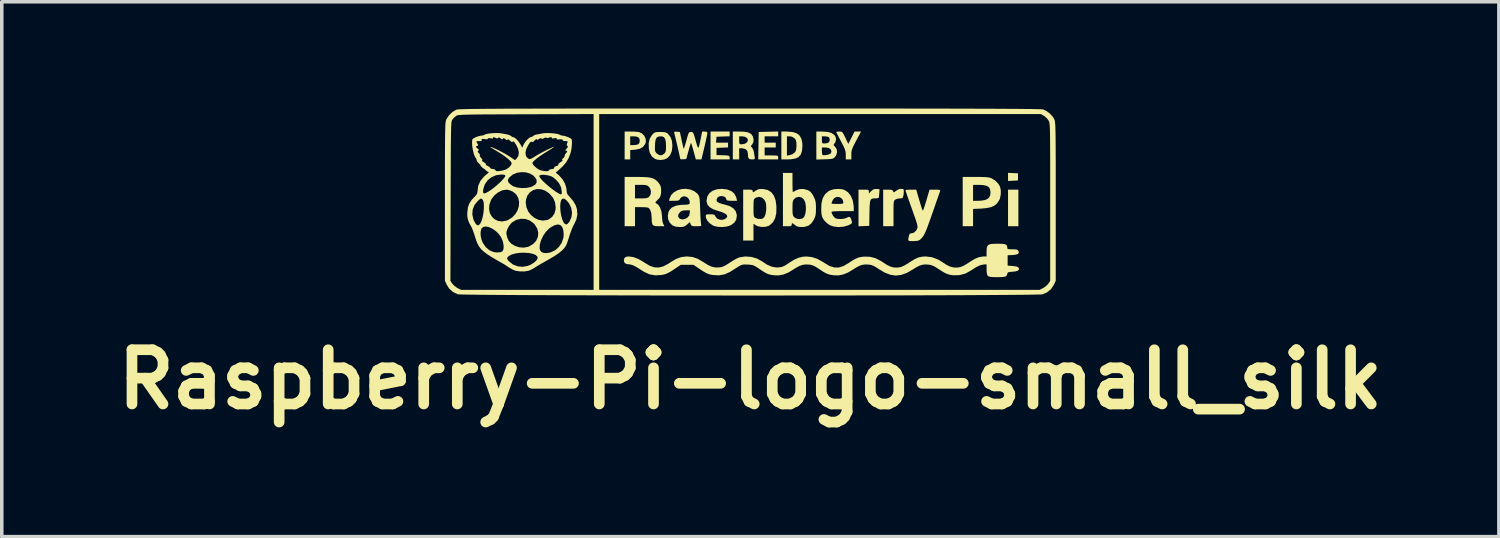
<source format=kicad_pcb>
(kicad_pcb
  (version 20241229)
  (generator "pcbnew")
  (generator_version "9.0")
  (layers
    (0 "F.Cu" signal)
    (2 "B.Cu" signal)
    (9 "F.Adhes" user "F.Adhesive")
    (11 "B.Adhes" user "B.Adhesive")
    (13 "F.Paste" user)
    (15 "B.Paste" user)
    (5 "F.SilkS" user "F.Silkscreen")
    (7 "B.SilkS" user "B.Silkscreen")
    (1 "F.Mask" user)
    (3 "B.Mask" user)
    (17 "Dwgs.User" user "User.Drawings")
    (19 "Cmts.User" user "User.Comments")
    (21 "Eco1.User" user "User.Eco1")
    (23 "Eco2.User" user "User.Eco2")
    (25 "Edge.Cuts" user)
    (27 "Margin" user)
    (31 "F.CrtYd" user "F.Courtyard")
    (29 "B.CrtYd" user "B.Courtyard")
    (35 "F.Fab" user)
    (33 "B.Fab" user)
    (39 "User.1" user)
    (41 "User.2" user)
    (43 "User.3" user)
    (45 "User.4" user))
  (footprint "Raspberry-Pi-logo-small_silk"
    (layer "F.Cu")
    (at 18.041 2.616)
    (property "Reference" "Raspberry-Pi-logo-small_silk" (at 0 5 0) (layer "F.SilkS") (effects (font (size 1.524 1.524) (thickness 0.3))))
    (attr board_only exclude_from_pos_files exclude_from_bom)
    (fp_poly (pts (xy 7.535 0.693) (xy 7.244 0.693) (xy 7.244 -0.335) (xy 7.535 -0.335)) (stroke (width 0) (type solid)) (fill yes) (layer "F.SilkS"))
    (fp_poly (pts (xy 7.524 -0.794) (xy 7.524 -0.593) (xy 7.384 -0.586) (xy 7.244 -0.579) (xy 7.244 -0.807)) (stroke (width 0) (type solid)) (fill yes) (layer "F.SilkS"))
    (fp_poly (pts (xy 0.783 -1.833) (xy 0.402 -1.833) (xy 0.402 -1.655) (xy 0.715 -1.655) (xy 0.715 -1.52) (xy 0.402 -1.52) (xy 0.402 -1.297) (xy 0.593 -1.297) (xy 0.685 -1.296) (xy 0.741 -1.293) (xy 0.77 -1.284) (xy 0.781 -1.268) (xy 0.783 -1.241) (xy 0.783 -1.185) (xy 0.223 -1.185) (xy 0.229 -1.571) (xy 0.235 -1.956) (xy 0.509 -1.963) (xy 0.783 -1.969)) (stroke (width 0) (type solid)) (fill yes) (layer "F.SilkS"))
    (fp_poly (pts (xy -0.581 -1.835) (xy -0.766 -1.829) (xy -0.95 -1.822) (xy -0.957 -1.738) (xy -0.964 -1.655) (xy -0.626 -1.655) (xy -0.626 -1.522) (xy -0.788 -1.516) (xy -0.95 -1.509) (xy -0.95 -1.308) (xy -0.766 -1.302) (xy -0.675 -1.298) (xy -0.621 -1.292) (xy -0.593 -1.282) (xy -0.583 -1.263) (xy -0.581 -1.24) (xy -0.581 -1.185) (xy -1.118 -1.185) (xy -1.118 -1.968) (xy -0.581 -1.968)) (stroke (width 0) (type solid)) (fill yes) (layer "F.SilkS"))
    (fp_poly (pts (xy 3.549 -0.354) (xy 3.632 -0.347) (xy 3.625 -0.235) (xy 3.619 -0.167) (xy 3.612 -0.119) (xy 3.608 -0.106) (xy 3.581 -0.095) (xy 3.527 -0.09) (xy 3.513 -0.089) (xy 3.458 -0.088) (xy 3.417 -0.079) (xy 3.388 -0.056) (xy 3.37 -0.014) (xy 3.359 0.054) (xy 3.353 0.153) (xy 3.349 0.289) (xy 3.349 0.324) (xy 3.343 0.682) (xy 3.192 0.689) (xy 3.041 0.695) (xy 3.041 -0.335) (xy 3.186 -0.335) (xy 3.264 -0.334) (xy 3.308 -0.329) (xy 3.327 -0.315) (xy 3.331 -0.289) (xy 3.332 -0.281) (xy 3.332 -0.227) (xy 3.398 -0.294) (xy 3.453 -0.339) (xy 3.506 -0.354)) (stroke (width 0) (type solid)) (fill yes) (layer "F.SilkS"))
    (fp_poly (pts (xy 4.291 -0.354) (xy 4.312 -0.334) (xy 4.315 -0.293) (xy 4.311 -0.222) (xy 4.301 -0.159) (xy 4.287 -0.113) (xy 4.259 -0.093) (xy 4.206 -0.089) (xy 4.136 -0.08) (xy 4.077 -0.057) (xy 4.074 -0.055) (xy 4.056 -0.04) (xy 4.042 -0.02) (xy 4.034 0.011) (xy 4.028 0.061) (xy 4.026 0.138) (xy 4.025 0.247) (xy 4.025 0.337) (xy 4.025 0.693) (xy 3.734 0.693) (xy 3.734 -0.335) (xy 3.867 -0.335) (xy 3.943 -0.333) (xy 3.986 -0.324) (xy 4.007 -0.305) (xy 4.014 -0.29) (xy 4.025 -0.263) (xy 4.042 -0.261) (xy 4.077 -0.286) (xy 4.095 -0.301) (xy 4.18 -0.349) (xy 4.239 -0.358)) (stroke (width 0) (type solid)) (fill yes) (layer "F.SilkS"))
    (fp_poly (pts (xy -3.275 -1.966) (xy -3.191 -1.961) (xy -3.134 -1.954) (xy -3.133 -1.954) (xy -3.048 -1.917) (xy -2.982 -1.851) (xy -2.943 -1.768) (xy -2.937 -1.679) (xy -2.955 -1.619) (xy -3.016 -1.537) (xy -3.105 -1.485) (xy -3.227 -1.459) (xy -3.242 -1.458) (xy -3.376 -1.448) (xy -3.376 -1.185) (xy -3.533 -1.185) (xy -3.533 -1.587) (xy -3.376 -1.587) (xy -3.285 -1.587) (xy -3.216 -1.593) (xy -3.159 -1.607) (xy -3.151 -1.611) (xy -3.117 -1.65) (xy -3.108 -1.71) (xy -3.12 -1.775) (xy -3.159 -1.814) (xy -3.232 -1.831) (xy -3.285 -1.833) (xy -3.376 -1.833) (xy -3.376 -1.587) (xy -3.533 -1.587) (xy -3.533 -1.968) (xy -3.368 -1.968)) (stroke (width 0) (type solid)) (fill yes) (layer "F.SilkS"))
    (fp_poly (pts (xy 1.182 -1.956) (xy 1.299 -1.921) (xy 1.382 -1.859) (xy 1.435 -1.768) (xy 1.461 -1.645) (xy 1.464 -1.563) (xy 1.453 -1.426) (xy 1.418 -1.324) (xy 1.357 -1.252) (xy 1.264 -1.208) (xy 1.136 -1.188) (xy 1.056 -1.185) (xy 0.872 -1.185) (xy 0.872 -1.292) (xy 1.029 -1.292) (xy 1.112 -1.307) (xy 1.186 -1.333) (xy 1.246 -1.377) (xy 1.247 -1.377) (xy 1.276 -1.419) (xy 1.291 -1.469) (xy 1.297 -1.545) (xy 1.297 -1.579) (xy 1.294 -1.663) (xy 1.284 -1.717) (xy 1.262 -1.757) (xy 1.242 -1.779) (xy 1.168 -1.825) (xy 1.108 -1.833) (xy 1.029 -1.833) (xy 1.029 -1.292) (xy 0.872 -1.292) (xy 0.872 -1.968) (xy 1.028 -1.968)) (stroke (width 0) (type solid)) (fill yes) (layer "F.SilkS"))
    (fp_poly (pts (xy 2.976 -1.712) (xy 2.919 -1.603) (xy 2.88 -1.523) (xy 2.857 -1.461) (xy 2.844 -1.408) (xy 2.84 -1.352) (xy 2.84 -1.321) (xy 2.84 -1.185) (xy 2.683 -1.185) (xy 2.683 -1.312) (xy 2.681 -1.37) (xy 2.671 -1.424) (xy 2.652 -1.483) (xy 2.618 -1.558) (xy 2.566 -1.66) (xy 2.549 -1.692) (xy 2.499 -1.788) (xy 2.457 -1.869) (xy 2.428 -1.927) (xy 2.415 -1.955) (xy 2.415 -1.956) (xy 2.435 -1.963) (xy 2.484 -1.967) (xy 2.502 -1.968) (xy 2.544 -1.966) (xy 2.575 -1.956) (xy 2.6 -1.931) (xy 2.629 -1.881) (xy 2.669 -1.799) (xy 2.671 -1.794) (xy 2.754 -1.621) (xy 2.842 -1.794) (xy 2.93 -1.968) (xy 3.112 -1.968)) (stroke (width 0) (type solid)) (fill yes) (layer "F.SilkS"))
    (fp_poly (pts (xy 6.333 -0.693) (xy 6.476 -0.692) (xy 6.582 -0.689) (xy 6.659 -0.683) (xy 6.717 -0.674) (xy 6.761 -0.661) (xy 6.786 -0.651) (xy 6.889 -0.586) (xy 6.973 -0.5) (xy 7.019 -0.418) (xy 7.04 -0.319) (xy 7.04 -0.204) (xy 7.019 -0.096) (xy 7.001 -0.049) (xy 6.943 0.042) (xy 6.87 0.108) (xy 6.775 0.154) (xy 6.652 0.182) (xy 6.492 0.197) (xy 6.49 0.197) (xy 6.261 0.207) (xy 6.261 0.693) (xy 5.97 0.693) (xy 5.97 -0.022) (xy 6.261 -0.022) (xy 6.407 -0.022) (xy 6.497 -0.027) (xy 6.581 -0.04) (xy 6.628 -0.054) (xy 6.701 -0.099) (xy 6.74 -0.165) (xy 6.752 -0.26) (xy 6.752 -0.261) (xy 6.74 -0.347) (xy 6.703 -0.407) (xy 6.635 -0.446) (xy 6.534 -0.465) (xy 6.43 -0.47) (xy 6.261 -0.47) (xy 6.261 -0.022) (xy 5.97 -0.022) (xy 5.97 -0.693)) (stroke (width 0) (type solid)) (fill yes) (layer "F.SilkS"))
    (fp_poly (pts (xy -0.199 -1.965) (xy -0.105 -1.954) (xy -0.037 -1.934) (xy 0.016 -1.902) (xy 0.033 -1.888) (xy 0.074 -1.825) (xy 0.092 -1.745) (xy 0.084 -1.666) (xy 0.051 -1.604) (xy 0.047 -1.6) (xy 0.017 -1.57) (xy 0.021 -1.546) (xy 0.045 -1.52) (xy 0.077 -1.47) (xy 0.099 -1.402) (xy 0.1 -1.393) (xy 0.112 -1.318) (xy 0.123 -1.251) (xy 0.123 -1.247) (xy 0.126 -1.207) (xy 0.11 -1.189) (xy 0.063 -1.185) (xy 0.047 -1.185) (xy -0.013 -1.191) (xy -0.048 -1.215) (xy -0.064 -1.266) (xy -0.067 -1.342) (xy -0.084 -1.423) (xy -0.135 -1.475) (xy -0.218 -1.497) (xy -0.24 -1.498) (xy -0.313 -1.498) (xy -0.313 -1.185) (xy -0.492 -1.185) (xy -0.492 -1.722) (xy -0.313 -1.722) (xy -0.312 -1.655) (xy -0.303 -1.623) (xy -0.279 -1.611) (xy -0.24 -1.61) (xy -0.172 -1.621) (xy -0.117 -1.645) (xy -0.074 -1.694) (xy -0.069 -1.745) (xy -0.098 -1.791) (xy -0.156 -1.823) (xy -0.225 -1.833) (xy -0.313 -1.833) (xy -0.313 -1.722) (xy -0.492 -1.722) (xy -0.492 -1.968) (xy -0.327 -1.968)) (stroke (width 0) (type solid)) (fill yes) (layer "F.SilkS"))
    (fp_poly (pts (xy -2.443 -1.954) (xy -2.386 -1.945) (xy -2.344 -1.926) (xy -2.313 -1.901) (xy -2.245 -1.816) (xy -2.205 -1.711) (xy -2.191 -1.576) (xy -2.191 -1.56) (xy -2.207 -1.417) (xy -2.255 -1.304) (xy -2.332 -1.222) (xy -2.412 -1.185) (xy -2.513 -1.169) (xy -2.614 -1.177) (xy -2.68 -1.2) (xy -2.768 -1.268) (xy -2.826 -1.371) (xy -2.851 -1.476) (xy -2.852 -1.5) (xy -2.683 -1.5) (xy -2.68 -1.441) (xy -2.669 -1.403) (xy -2.648 -1.372) (xy -2.631 -1.354) (xy -2.561 -1.306) (xy -2.491 -1.303) (xy -2.422 -1.345) (xy -2.422 -1.345) (xy -2.395 -1.376) (xy -2.379 -1.414) (xy -2.372 -1.471) (xy -2.37 -1.56) (xy -2.37 -1.564) (xy -2.376 -1.683) (xy -2.395 -1.763) (xy -2.429 -1.811) (xy -2.483 -1.832) (xy -2.512 -1.833) (xy -2.583 -1.827) (xy -2.63 -1.801) (xy -2.659 -1.751) (xy -2.674 -1.668) (xy -2.68 -1.591) (xy -2.683 -1.5) (xy -2.852 -1.5) (xy -2.857 -1.634) (xy -2.828 -1.767) (xy -2.764 -1.872) (xy -2.76 -1.876) (xy -2.719 -1.918) (xy -2.683 -1.942) (xy -2.637 -1.953) (xy -2.566 -1.956) (xy -2.53 -1.956)) (stroke (width 0) (type solid)) (fill yes) (layer "F.SilkS"))
    (fp_poly (pts (xy 2.029 -1.968) (xy 2.176 -1.957) (xy 2.286 -1.926) (xy 2.362 -1.871) (xy 2.39 -1.832) (xy 2.41 -1.754) (xy 2.393 -1.674) (xy 2.36 -1.625) (xy 2.342 -1.599) (xy 2.353 -1.572) (xy 2.382 -1.542) (xy 2.428 -1.471) (xy 2.438 -1.386) (xy 2.412 -1.301) (xy 2.383 -1.259) (xy 2.357 -1.231) (xy 2.329 -1.212) (xy 2.29 -1.201) (xy 2.229 -1.194) (xy 2.138 -1.19) (xy 2.093 -1.189) (xy 1.856 -1.181) (xy 1.856 -1.424) (xy 2.012 -1.424) (xy 2.016 -1.36) (xy 2.025 -1.317) (xy 2.029 -1.31) (xy 2.062 -1.302) (xy 2.119 -1.305) (xy 2.183 -1.318) (xy 2.236 -1.336) (xy 2.252 -1.345) (xy 2.277 -1.387) (xy 2.281 -1.41) (xy 2.261 -1.468) (xy 2.205 -1.506) (xy 2.116 -1.52) (xy 2.111 -1.52) (xy 2.012 -1.52) (xy 2.012 -1.424) (xy 1.856 -1.424) (xy 1.856 -1.733) (xy 2.012 -1.733) (xy 2.014 -1.671) (xy 2.025 -1.642) (xy 2.054 -1.633) (xy 2.081 -1.632) (xy 2.146 -1.64) (xy 2.193 -1.655) (xy 2.227 -1.696) (xy 2.234 -1.752) (xy 2.212 -1.804) (xy 2.209 -1.807) (xy 2.17 -1.824) (xy 2.109 -1.833) (xy 2.097 -1.833) (xy 2.012 -1.833) (xy 2.012 -1.733) (xy 1.856 -1.733) (xy 1.856 -1.968)) (stroke (width 0) (type solid)) (fill yes) (layer "F.SilkS"))
    (fp_poly (pts (xy 0.359 -0.353) (xy 0.487 -0.326) (xy 0.588 -0.264) (xy 0.662 -0.168) (xy 0.711 -0.035) (xy 0.734 0.134) (xy 0.734 0.146) (xy 0.73 0.324) (xy 0.698 0.467) (xy 0.638 0.579) (xy 0.55 0.661) (xy 0.513 0.683) (xy 0.422 0.71) (xy 0.315 0.713) (xy 0.213 0.694) (xy 0.162 0.671) (xy 0.089 0.627) (xy 0.089 1.096) (xy -0.201 1.096) (xy -0.201 0.178) (xy 0.089 0.178) (xy 0.09 0.286) (xy 0.093 0.359) (xy 0.1 0.405) (xy 0.113 0.433) (xy 0.132 0.452) (xy 0.139 0.457) (xy 0.214 0.487) (xy 0.301 0.489) (xy 0.346 0.478) (xy 0.394 0.436) (xy 0.428 0.356) (xy 0.445 0.243) (xy 0.447 0.183) (xy 0.444 0.088) (xy 0.431 0.022) (xy 0.405 -0.034) (xy 0.396 -0.047) (xy 0.331 -0.109) (xy 0.252 -0.133) (xy 0.169 -0.116) (xy 0.144 -0.102) (xy 0.12 -0.084) (xy 0.104 -0.061) (xy 0.095 -0.025) (xy 0.091 0.034) (xy 0.09 0.124) (xy 0.089 0.178) (xy -0.201 0.178) (xy -0.201 -0.335) (xy -0.067 -0.335) (xy 0.008 -0.334) (xy 0.048 -0.326) (xy 0.065 -0.31) (xy 0.067 -0.291) (xy 0.07 -0.266) (xy 0.085 -0.264) (xy 0.122 -0.285) (xy 0.151 -0.305) (xy 0.21 -0.339) (xy 0.267 -0.354) (xy 0.343 -0.354)) (stroke (width 0) (type solid)) (fill yes) (layer "F.SilkS"))
    (fp_poly (pts (xy -3.181 -0.693) (xy -3.017 -0.69) (xy -2.891 -0.683) (xy -2.795 -0.669) (xy -2.721 -0.645) (xy -2.662 -0.611) (xy -2.61 -0.564) (xy -2.587 -0.538) (xy -2.536 -0.465) (xy -2.51 -0.389) (xy -2.506 -0.295) (xy -2.51 -0.241) (xy -2.523 -0.163) (xy -2.55 -0.107) (xy -2.603 -0.051) (xy -2.606 -0.048) (xy -2.656 0.004) (xy -2.669 0.033) (xy -2.661 0.041) (xy -2.59 0.087) (xy -2.535 0.17) (xy -2.498 0.283) (xy -2.482 0.419) (xy -2.482 0.443) (xy -2.475 0.525) (xy -2.459 0.6) (xy -2.448 0.627) (xy -2.414 0.693) (xy -2.57 0.693) (xy -2.66 0.69) (xy -2.719 0.675) (xy -2.753 0.641) (xy -2.768 0.58) (xy -2.772 0.483) (xy -2.773 0.459) (xy -2.782 0.336) (xy -2.809 0.243) (xy -2.851 0.184) (xy -2.874 0.17) (xy -2.913 0.164) (xy -2.983 0.159) (xy -3.068 0.157) (xy -3.076 0.157) (xy -3.242 0.157) (xy -3.242 0.693) (xy -3.533 0.693) (xy -3.533 -0.089) (xy -3.242 -0.089) (xy -3.067 -0.089) (xy -2.973 -0.091) (xy -2.911 -0.099) (xy -2.87 -0.115) (xy -2.844 -0.135) (xy -2.803 -0.201) (xy -2.793 -0.282) (xy -2.814 -0.363) (xy -2.85 -0.415) (xy -2.884 -0.443) (xy -2.922 -0.46) (xy -2.978 -0.468) (xy -3.065 -0.47) (xy -3.073 -0.47) (xy -3.242 -0.47) (xy -3.242 -0.089) (xy -3.533 -0.089) (xy -3.533 -0.693)) (stroke (width 0) (type solid)) (fill yes) (layer "F.SilkS"))
    (fp_poly (pts (xy -1.228 -1.961) (xy -1.208 -1.938) (xy -1.207 -1.928) (xy -1.212 -1.894) (xy -1.226 -1.825) (xy -1.246 -1.728) (xy -1.272 -1.614) (xy -1.29 -1.537) (xy -1.373 -1.185) (xy -1.452 -1.185) (xy -1.532 -1.185) (xy -1.596 -1.421) (xy -1.622 -1.515) (xy -1.645 -1.589) (xy -1.662 -1.636) (xy -1.67 -1.647) (xy -1.68 -1.622) (xy -1.698 -1.564) (xy -1.722 -1.482) (xy -1.74 -1.417) (xy -1.801 -1.196) (xy -1.884 -1.189) (xy -1.938 -1.188) (xy -1.966 -1.192) (xy -1.968 -1.194) (xy -1.972 -1.22) (xy -1.986 -1.279) (xy -2.005 -1.365) (xy -2.028 -1.467) (xy -2.054 -1.577) (xy -2.079 -1.686) (xy -2.103 -1.785) (xy -2.122 -1.865) (xy -2.135 -1.917) (xy -2.138 -1.93) (xy -2.14 -1.956) (xy -2.118 -1.965) (xy -2.065 -1.963) (xy -1.979 -1.956) (xy -1.931 -1.726) (xy -1.91 -1.63) (xy -1.892 -1.552) (xy -1.879 -1.5) (xy -1.873 -1.485) (xy -1.863 -1.501) (xy -1.845 -1.552) (xy -1.822 -1.63) (xy -1.797 -1.716) (xy -1.769 -1.82) (xy -1.747 -1.889) (xy -1.729 -1.93) (xy -1.71 -1.949) (xy -1.687 -1.956) (xy -1.668 -1.956) (xy -1.64 -1.955) (xy -1.619 -1.944) (xy -1.601 -1.918) (xy -1.581 -1.869) (xy -1.557 -1.788) (xy -1.536 -1.712) (xy -1.507 -1.608) (xy -1.484 -1.541) (xy -1.467 -1.514) (xy -1.451 -1.527) (xy -1.434 -1.582) (xy -1.412 -1.678) (xy -1.396 -1.761) (xy -1.354 -1.968) (xy -1.281 -1.968)) (stroke (width 0) (type solid)) (fill yes) (layer "F.SilkS"))
    (fp_poly (pts (xy 4.751 -0.034) (xy 4.783 0.073) (xy 4.811 0.162) (xy 4.834 0.226) (xy 4.849 0.256) (xy 4.852 0.257) (xy 4.863 0.234) (xy 4.884 0.175) (xy 4.912 0.09) (xy 4.943 -0.014) (xy 4.952 -0.044) (xy 5.038 -0.335) (xy 5.193 -0.335) (xy 5.279 -0.333) (xy 5.326 -0.325) (xy 5.34 -0.311) (xy 5.339 -0.307) (xy 5.329 -0.28) (xy 5.307 -0.216) (xy 5.274 -0.12) (xy 5.231 0.000189) (xy 5.183 0.14) (xy 5.129 0.295) (xy 5.12 0.32) (xy 5.056 0.503) (xy 5.003 0.648) (xy 4.961 0.761) (xy 4.925 0.848) (xy 4.895 0.912) (xy 4.868 0.961) (xy 4.841 0.998) (xy 4.83 1.012) (xy 4.78 1.064) (xy 4.737 1.092) (xy 4.682 1.105) (xy 4.616 1.11) (xy 4.54 1.112) (xy 4.481 1.109) (xy 4.457 1.105) (xy 4.439 1.076) (xy 4.439 1.055) (xy 4.457 0.972) (xy 4.471 0.924) (xy 4.487 0.901) (xy 4.509 0.895) (xy 4.518 0.894) (xy 4.6 0.874) (xy 4.663 0.814) (xy 4.686 0.771) (xy 4.695 0.745) (xy 4.7 0.719) (xy 4.698 0.686) (xy 4.689 0.64) (xy 4.671 0.576) (xy 4.642 0.488) (xy 4.6 0.37) (xy 4.546 0.216) (xy 4.539 0.197) (xy 4.488 0.056) (xy 4.444 -0.071) (xy 4.406 -0.178) (xy 4.379 -0.259) (xy 4.363 -0.307) (xy 4.36 -0.319) (xy 4.38 -0.327) (xy 4.434 -0.333) (xy 4.51 -0.335) (xy 4.512 -0.335) (xy 4.664 -0.335)) (stroke (width 0) (type solid)) (fill yes) (layer "F.SilkS"))
    (fp_poly (pts (xy -0.657 -0.342) (xy -0.538 -0.297) (xy -0.45 -0.224) (xy -0.397 -0.125) (xy -0.388 -0.089) (xy -0.375 -0.022) (xy -0.523 -0.022) (xy -0.606 -0.025) (xy -0.653 -0.033) (xy -0.67 -0.049) (xy -0.671 -0.054) (xy -0.69 -0.106) (xy -0.737 -0.141) (xy -0.8 -0.156) (xy -0.865 -0.149) (xy -0.917 -0.117) (xy -0.928 -0.104) (xy -0.951 -0.046) (xy -0.936 0.000325) (xy -0.882 0.038) (xy -0.785 0.07) (xy -0.739 0.08) (xy -0.59 0.123) (xy -0.481 0.186) (xy -0.411 0.269) (xy -0.381 0.373) (xy -0.38 0.402) (xy -0.397 0.51) (xy -0.45 0.594) (xy -0.543 0.661) (xy -0.568 0.673) (xy -0.668 0.703) (xy -0.786 0.715) (xy -0.907 0.71) (xy -1.013 0.688) (xy -1.054 0.671) (xy -1.141 0.61) (xy -1.208 0.536) (xy -1.247 0.46) (xy -1.252 0.423) (xy -1.25 0.386) (xy -1.236 0.366) (xy -1.2 0.359) (xy -1.129 0.358) (xy -1.129 0.358) (xy -1.056 0.36) (xy -1.015 0.37) (xy -0.993 0.392) (xy -0.984 0.412) (xy -0.938 0.476) (xy -0.86 0.509) (xy -0.799 0.514) (xy -0.732 0.5) (xy -0.677 0.466) (xy -0.649 0.42) (xy -0.648 0.41) (xy -0.67 0.367) (xy -0.734 0.325) (xy -0.838 0.284) (xy -0.904 0.264) (xy -1.045 0.216) (xy -1.143 0.157) (xy -1.204 0.086) (xy -1.229 -0.001) (xy -1.23 -0.025) (xy -1.21 -0.14) (xy -1.153 -0.234) (xy -1.062 -0.303) (xy -0.941 -0.345) (xy -0.805 -0.358)) (stroke (width 0) (type solid)) (fill yes) (layer "F.SilkS"))
    (fp_poly (pts (xy 2.582 -0.346) (xy 2.645 -0.328) (xy 2.746 -0.262) (xy 2.825 -0.162) (xy 2.879 -0.032) (xy 2.905 0.121) (xy 2.907 0.18) (xy 2.907 0.268) (xy 2.594 0.268) (xy 2.454 0.27) (xy 2.354 0.275) (xy 2.296 0.283) (xy 2.281 0.292) (xy 2.295 0.342) (xy 2.329 0.403) (xy 2.37 0.453) (xy 2.391 0.469) (xy 2.453 0.486) (xy 2.538 0.49) (xy 2.626 0.483) (xy 2.696 0.463) (xy 2.705 0.458) (xy 2.764 0.431) (xy 2.8 0.436) (xy 2.826 0.476) (xy 2.835 0.499) (xy 2.856 0.564) (xy 2.854 0.604) (xy 2.824 0.634) (xy 2.759 0.665) (xy 2.752 0.668) (xy 2.622 0.706) (xy 2.481 0.717) (xy 2.345 0.702) (xy 2.234 0.663) (xy 2.16 0.612) (xy 2.089 0.543) (xy 2.068 0.516) (xy 2.034 0.463) (xy 2.013 0.412) (xy 2.001 0.35) (xy 1.995 0.261) (xy 1.993 0.231) (xy 1.999 0.055) (xy 2.281 0.055) (xy 2.301 0.061) (xy 2.355 0.065) (xy 2.433 0.067) (xy 2.448 0.067) (xy 2.537 0.065) (xy 2.59 0.059) (xy 2.613 0.046) (xy 2.616 0.035) (xy 2.599 -0.044) (xy 2.554 -0.099) (xy 2.492 -0.129) (xy 2.425 -0.13) (xy 2.362 -0.101) (xy 2.315 -0.038) (xy 2.313 -0.033) (xy 2.292 0.02) (xy 2.281 0.052) (xy 2.281 0.055) (xy 1.999 0.055) (xy 2 0.053) (xy 2.035 -0.093) (xy 2.101 -0.207) (xy 2.197 -0.29) (xy 2.245 -0.315) (xy 2.348 -0.346) (xy 2.467 -0.356)) (stroke (width 0) (type solid)) (fill yes) (layer "F.SilkS"))
    (fp_poly (pts (xy 1.185 -0.537) (xy 1.186 -0.433) (xy 1.188 -0.348) (xy 1.191 -0.29) (xy 1.196 -0.268) (xy 1.196 -0.268) (xy 1.22 -0.279) (xy 1.266 -0.305) (xy 1.28 -0.313) (xy 1.38 -0.35) (xy 1.495 -0.354) (xy 1.608 -0.324) (xy 1.631 -0.314) (xy 1.693 -0.272) (xy 1.743 -0.21) (xy 1.781 -0.14) (xy 1.813 -0.07) (xy 1.832 -0.007) (xy 1.842 0.065) (xy 1.845 0.161) (xy 1.845 0.19) (xy 1.843 0.297) (xy 1.835 0.374) (xy 1.818 0.436) (xy 1.79 0.5) (xy 1.789 0.503) (xy 1.719 0.61) (xy 1.633 0.678) (xy 1.525 0.711) (xy 1.452 0.715) (xy 1.368 0.711) (xy 1.309 0.695) (xy 1.259 0.662) (xy 1.256 0.66) (xy 1.203 0.618) (xy 1.175 0.607) (xy 1.164 0.626) (xy 1.163 0.648) (xy 1.157 0.674) (xy 1.134 0.688) (xy 1.083 0.693) (xy 1.04 0.693) (xy 0.917 0.693) (xy 0.917 0.182) (xy 1.185 0.182) (xy 1.186 0.283) (xy 1.191 0.35) (xy 1.202 0.394) (xy 1.221 0.426) (xy 1.234 0.44) (xy 1.299 0.48) (xy 1.382 0.493) (xy 1.464 0.475) (xy 1.476 0.469) (xy 1.516 0.425) (xy 1.545 0.348) (xy 1.561 0.251) (xy 1.562 0.143) (xy 1.547 0.037) (xy 1.542 0.017) (xy 1.501 -0.065) (xy 1.438 -0.117) (xy 1.364 -0.134) (xy 1.287 -0.115) (xy 1.24 -0.079) (xy 1.214 -0.049) (xy 1.198 -0.016) (xy 1.189 0.031) (xy 1.186 0.105) (xy 1.185 0.182) (xy 0.917 0.182) (xy 0.917 -0.805) (xy 1.185 -0.805)) (stroke (width 0) (type solid)) (fill yes) (layer "F.SilkS"))
    (fp_poly (pts (xy -1.694 -0.341) (xy -1.584 -0.297) (xy -1.492 -0.226) (xy -1.466 -0.194) (xy -1.449 -0.166) (xy -1.436 -0.133) (xy -1.427 -0.085) (xy -1.42 -0.017) (xy -1.415 0.079) (xy -1.41 0.211) (xy -1.409 0.253) (xy -1.404 0.381) (xy -1.398 0.494) (xy -1.391 0.585) (xy -1.384 0.645) (xy -1.379 0.665) (xy -1.38 0.681) (xy -1.411 0.689) (xy -1.478 0.693) (xy -1.508 0.693) (xy -1.588 0.692) (xy -1.635 0.685) (xy -1.66 0.669) (xy -1.676 0.64) (xy -1.678 0.635) (xy -1.7 0.577) (xy -1.779 0.646) (xy -1.832 0.687) (xy -1.883 0.708) (xy -1.952 0.715) (xy -1.985 0.715) (xy -2.099 0.705) (xy -2.186 0.671) (xy -2.187 0.67) (xy -2.261 0.601) (xy -2.306 0.508) (xy -2.317 0.426) (xy -2.028 0.426) (xy -1.988 0.478) (xy -1.984 0.48) (xy -1.914 0.504) (xy -1.831 0.487) (xy -1.766 0.45) (xy -1.719 0.392) (xy -1.704 0.328) (xy -1.697 0.246) (xy -1.811 0.246) (xy -1.89 0.251) (xy -1.943 0.271) (xy -1.98 0.301) (xy -2.025 0.366) (xy -2.028 0.426) (xy -2.317 0.426) (xy -2.32 0.402) (xy -2.301 0.296) (xy -2.27 0.232) (xy -2.2 0.164) (xy -2.094 0.117) (xy -1.958 0.093) (xy -1.883 0.09) (xy -1.792 0.087) (xy -1.737 0.079) (xy -1.711 0.063) (xy -1.707 0.056) (xy -1.703 -0.01) (xy -1.732 -0.078) (xy -1.78 -0.126) (xy -1.849 -0.149) (xy -1.918 -0.136) (xy -1.97 -0.089) (xy -1.978 -0.072) (xy -1.996 -0.045) (xy -2.025 -0.03) (xy -2.077 -0.023) (xy -2.143 -0.022) (xy -2.285 -0.022) (xy -2.271 -0.084) (xy -2.226 -0.183) (xy -2.15 -0.261) (xy -2.05 -0.317) (xy -1.935 -0.35) (xy -1.814 -0.359)) (stroke (width 0) (type solid)) (fill yes) (layer "F.SilkS"))
    (fp_poly (pts (xy 0.744 -2.616) (xy 1.465 -2.616) (xy 2.143 -2.616) (xy 2.779 -2.615) (xy 3.374 -2.615) (xy 3.929 -2.615) (xy 4.446 -2.614) (xy 4.924 -2.613) (xy 5.366 -2.613) (xy 5.772 -2.612) (xy 6.143 -2.611) (xy 6.48 -2.61) (xy 6.784 -2.609) (xy 7.056 -2.608) (xy 7.297 -2.606) (xy 7.508 -2.605) (xy 7.69 -2.603) (xy 7.844 -2.602) (xy 7.971 -2.6) (xy 8.071 -2.598) (xy 8.147 -2.596) (xy 8.198 -2.593) (xy 8.226 -2.591) (xy 8.231 -2.59) (xy 8.331 -2.542) (xy 8.429 -2.466) (xy 8.509 -2.375) (xy 8.544 -2.315) (xy 8.551 -2.299) (xy 8.556 -2.279) (xy 8.562 -2.253) (xy 8.566 -2.218) (xy 8.57 -2.172) (xy 8.574 -2.112) (xy 8.576 -2.035) (xy 8.579 -1.938) (xy 8.581 -1.819) (xy 8.582 -1.676) (xy 8.583 -1.504) (xy 8.584 -1.303) (xy 8.585 -1.068) (xy 8.585 -0.798) (xy 8.585 -0.489) (xy 8.585 -0.14) (xy 8.585 0) (xy 8.585 2.225) (xy 8.532 2.339) (xy 8.452 2.462) (xy 8.34 2.553) (xy 8.214 2.607) (xy 8.183 2.61) (xy 8.108 2.612) (xy 7.992 2.615) (xy 7.838 2.618) (xy 7.646 2.62) (xy 7.42 2.622) (xy 7.16 2.624) (xy 6.869 2.626) (xy 6.549 2.628) (xy 6.202 2.63) (xy 5.829 2.632) (xy 5.433 2.633) (xy 5.015 2.634) (xy 4.578 2.636) (xy 4.123 2.637) (xy 3.652 2.638) (xy 3.167 2.638) (xy 2.671 2.639) (xy 2.164 2.64) (xy 1.65 2.64) (xy 1.129 2.64) (xy 0.605 2.641) (xy 0.078 2.641) (xy -0.45 2.641) (xy -0.975 2.64) (xy -1.497 2.64) (xy -2.014 2.64) (xy -2.523 2.639) (xy -3.023 2.638) (xy -3.511 2.637) (xy -3.987 2.636) (xy -4.447 2.635) (xy -4.89 2.634) (xy -5.314 2.633) (xy -5.717 2.631) (xy -6.097 2.63) (xy -6.453 2.628) (xy -6.782 2.626) (xy -7.082 2.624) (xy -7.351 2.622) (xy -7.588 2.62) (xy -7.791 2.617) (xy -7.957 2.615) (xy -8.085 2.612) (xy -8.172 2.609) (xy -8.218 2.606) (xy -8.223 2.606) (xy -8.359 2.541) (xy -8.467 2.444) (xy -8.532 2.339) (xy -8.584 2.228) (xy -8.43 2.228) (xy -8.379 2.305) (xy -8.327 2.362) (xy -8.256 2.416) (xy -8.229 2.432) (xy -8.129 2.482) (xy -4.405 2.482) (xy -4.248 2.482) (xy 8.129 2.482) (xy 8.229 2.432) (xy 8.3 2.385) (xy 8.362 2.327) (xy 8.379 2.305) (xy 8.429 2.229) (xy 8.429 0.017) (xy 8.429 -0.347) (xy 8.429 -0.668) (xy 8.429 -0.95) (xy 8.429 -1.196) (xy 8.428 -1.407) (xy 8.427 -1.587) (xy 8.426 -1.739) (xy 8.425 -1.865) (xy 8.423 -1.967) (xy 8.42 -2.049) (xy 8.417 -2.114) (xy 8.413 -2.163) (xy 8.409 -2.2) (xy 8.404 -2.227) (xy 8.398 -2.247) (xy 8.391 -2.263) (xy 8.384 -2.277) (xy 8.382 -2.281) (xy 8.33 -2.348) (xy 8.262 -2.405) (xy 8.25 -2.412) (xy 8.166 -2.46) (xy -4.248 -2.46) (xy -4.248 2.482) (xy -4.405 2.482) (xy -4.405 -2.46) (xy -6.311 -2.454) (xy -6.647 -2.453) (xy -6.941 -2.452) (xy -7.196 -2.451) (xy -7.416 -2.45) (xy -7.601 -2.449) (xy -7.757 -2.447) (xy -7.885 -2.445) (xy -7.989 -2.443) (xy -8.071 -2.44) (xy -8.134 -2.436) (xy -8.181 -2.432) (xy -8.216 -2.428) (xy -8.24 -2.422) (xy -8.256 -2.416) (xy -8.269 -2.409) (xy -8.274 -2.405) (xy -8.332 -2.353) (xy -8.375 -2.304) (xy -8.382 -2.294) (xy -8.388 -2.281) (xy -8.394 -2.262) (xy -8.399 -2.235) (xy -8.403 -2.198) (xy -8.406 -2.147) (xy -8.41 -2.08) (xy -8.412 -1.994) (xy -8.414 -1.888) (xy -8.416 -1.757) (xy -8.418 -1.599) (xy -8.419 -1.412) (xy -8.42 -1.194) (xy -8.421 -0.941) (xy -8.422 -0.65) (xy -8.423 -0.32) (xy -8.424 -0.009) (xy -8.43 2.228) (xy -8.584 2.228) (xy -8.585 2.225) (xy -8.585 0) (xy -8.585 -0.365) (xy -8.585 -0.689) (xy -8.585 -0.972) (xy -8.584 -1.22) (xy -8.583 -1.433) (xy -8.582 -1.615) (xy -8.581 -1.768) (xy -8.579 -1.896) (xy -8.577 -2) (xy -8.575 -2.084) (xy -8.572 -2.15) (xy -8.568 -2.201) (xy -8.564 -2.24) (xy -8.559 -2.268) (xy -8.553 -2.29) (xy -8.546 -2.307) (xy -8.543 -2.314) (xy -8.472 -2.424) (xy -8.374 -2.519) (xy -8.268 -2.581) (xy -8.258 -2.584) (xy -8.24 -2.587) (xy -8.215 -2.59) (xy -8.181 -2.593) (xy -8.136 -2.595) (xy -8.078 -2.597) (xy -8.008 -2.599) (xy -7.923 -2.601) (xy -7.821 -2.603) (xy -7.703 -2.604) (xy -7.565 -2.606) (xy -7.408 -2.607) (xy -7.229 -2.608) (xy -7.028 -2.61) (xy -6.802 -2.611) (xy -6.551 -2.611) (xy -6.274 -2.612) (xy -5.968 -2.613) (xy -5.633 -2.614) (xy -5.268 -2.614) (xy -4.87 -2.615) (xy -4.439 -2.615) (xy -3.973 -2.615) (xy -3.471 -2.615) (xy -2.932 -2.616) (xy -2.354 -2.616) (xy -1.735 -2.616) (xy -1.076 -2.616) (xy -0.374 -2.616) (xy -0.02 -2.616)) (stroke (width 0) (type solid)) (fill yes) (layer "F.SilkS"))
    (fp_poly (pts (xy 7.058 1.187) (xy 7.138 1.195) (xy 7.188 1.211) (xy 7.213 1.238) (xy 7.222 1.278) (xy 7.222 1.29) (xy 7.225 1.318) (xy 7.242 1.333) (xy 7.281 1.34) (xy 7.354 1.342) (xy 7.367 1.342) (xy 7.448 1.344) (xy 7.496 1.352) (xy 7.524 1.37) (xy 7.536 1.388) (xy 7.549 1.437) (xy 7.524 1.472) (xy 7.461 1.493) (xy 7.371 1.503) (xy 7.233 1.509) (xy 7.233 1.8) (xy 7.376 1.811) (xy 7.47 1.823) (xy 7.525 1.843) (xy 7.543 1.86) (xy 7.554 1.906) (xy 7.523 1.941) (xy 7.451 1.964) (xy 7.371 1.972) (xy 7.294 1.978) (xy 7.25 1.988) (xy 7.23 2.007) (xy 7.225 2.024) (xy 7.213 2.067) (xy 7.191 2.095) (xy 7.15 2.113) (xy 7.083 2.121) (xy 6.982 2.124) (xy 6.941 2.124) (xy 6.829 2.123) (xy 6.753 2.117) (xy 6.705 2.106) (xy 6.677 2.09) (xy 6.676 2.089) (xy 6.653 2.046) (xy 6.642 1.969) (xy 6.641 1.91) (xy 6.641 1.766) (xy 6.568 1.767) (xy 6.471 1.786) (xy 6.352 1.841) (xy 6.213 1.93) (xy 6.208 1.934) (xy 6.049 2.022) (xy 5.879 2.068) (xy 5.709 2.072) (xy 5.626 2.061) (xy 5.553 2.042) (xy 5.479 2.011) (xy 5.394 1.963) (xy 5.285 1.892) (xy 5.272 1.884) (xy 5.175 1.824) (xy 5.096 1.789) (xy 5.018 1.772) (xy 5.011 1.772) (xy 4.912 1.767) (xy 4.826 1.778) (xy 4.741 1.808) (xy 4.644 1.86) (xy 4.567 1.909) (xy 4.399 2.006) (xy 4.241 2.062) (xy 4.089 2.08) (xy 3.935 2.057) (xy 3.775 1.995) (xy 3.602 1.892) (xy 3.574 1.872) (xy 3.48 1.814) (xy 3.397 1.782) (xy 3.335 1.772) (xy 3.233 1.767) (xy 3.145 1.779) (xy 3.057 1.81) (xy 2.957 1.865) (xy 2.887 1.91) (xy 2.739 1.998) (xy 2.605 2.051) (xy 2.475 2.075) (xy 2.347 2.072) (xy 2.262 2.06) (xy 2.189 2.041) (xy 2.118 2.011) (xy 2.035 1.963) (xy 1.93 1.893) (xy 1.835 1.832) (xy 1.76 1.795) (xy 1.69 1.776) (xy 1.657 1.772) (xy 1.556 1.767) (xy 1.468 1.779) (xy 1.38 1.81) (xy 1.279 1.865) (xy 1.21 1.91) (xy 1.062 1.998) (xy 0.928 2.051) (xy 0.798 2.075) (xy 0.67 2.072) (xy 0.585 2.06) (xy 0.513 2.042) (xy 0.442 2.012) (xy 0.361 1.964) (xy 0.256 1.895) (xy 0.25 1.891) (xy 0.168 1.836) (xy 0.107 1.802) (xy 0.051 1.783) (xy -0.013 1.774) (xy -0.074 1.771) (xy -0.162 1.768) (xy -0.222 1.774) (xy -0.275 1.793) (xy -0.338 1.829) (xy -0.358 1.842) (xy -0.441 1.894) (xy -0.525 1.948) (xy -0.573 1.978) (xy -0.722 2.046) (xy -0.889 2.074) (xy -1.066 2.063) (xy -1.147 2.045) (xy -1.219 2.019) (xy -1.297 1.978) (xy -1.394 1.916) (xy -1.407 1.907) (xy -1.598 1.778) (xy -1.956 1.778) (xy -2.149 1.908) (xy -2.25 1.973) (xy -2.331 2.016) (xy -2.404 2.044) (xy -2.483 2.062) (xy -2.491 2.063) (xy -2.669 2.074) (xy -2.835 2.045) (xy -2.982 1.978) (xy -3.054 1.933) (xy -3.14 1.878) (xy -3.196 1.843) (xy -3.293 1.792) (xy -3.374 1.768) (xy -3.393 1.766) (xy -3.484 1.754) (xy -3.538 1.718) (xy -3.555 1.658) (xy -3.542 1.592) (xy -3.499 1.554) (xy -3.422 1.543) (xy -3.42 1.543) (xy -3.289 1.56) (xy -3.15 1.612) (xy -2.997 1.701) (xy -2.969 1.72) (xy -2.828 1.804) (xy -2.698 1.849) (xy -2.572 1.854) (xy -2.442 1.82) (xy -2.302 1.746) (xy -2.241 1.705) (xy -2.09 1.614) (xy -1.943 1.561) (xy -1.79 1.543) (xy -1.778 1.543) (xy -1.623 1.559) (xy -1.476 1.609) (xy -1.326 1.697) (xy -1.314 1.705) (xy -1.192 1.783) (xy -1.084 1.831) (xy -0.98 1.852) (xy -0.88 1.851) (xy -0.815 1.842) (xy -0.755 1.823) (xy -0.688 1.788) (xy -0.601 1.733) (xy -0.575 1.716) (xy -0.485 1.659) (xy -0.398 1.609) (xy -0.327 1.576) (xy -0.302 1.567) (xy -0.139 1.543) (xy 0.029 1.556) (xy 0.187 1.601) (xy 0.324 1.677) (xy 0.324 1.677) (xy 0.468 1.772) (xy 0.599 1.829) (xy 0.723 1.852) (xy 0.785 1.851) (xy 0.857 1.843) (xy 0.916 1.826) (xy 0.979 1.795) (xy 1.059 1.744) (xy 1.082 1.728) (xy 1.225 1.638) (xy 1.354 1.58) (xy 1.478 1.55) (xy 1.583 1.544) (xy 1.731 1.56) (xy 1.878 1.608) (xy 2.034 1.693) (xy 2.085 1.727) (xy 2.226 1.81) (xy 2.356 1.852) (xy 2.482 1.854) (xy 2.611 1.815) (xy 2.747 1.738) (xy 2.861 1.663) (xy 2.951 1.612) (xy 3.028 1.578) (xy 3.102 1.559) (xy 3.185 1.548) (xy 3.188 1.548) (xy 3.358 1.551) (xy 3.516 1.591) (xy 3.672 1.67) (xy 3.708 1.694) (xy 3.821 1.768) (xy 3.912 1.816) (xy 3.991 1.844) (xy 4.069 1.855) (xy 4.103 1.856) (xy 4.18 1.851) (xy 4.253 1.832) (xy 4.334 1.795) (xy 4.432 1.737) (xy 4.5 1.692) (xy 4.621 1.618) (xy 4.726 1.571) (xy 4.832 1.548) (xy 4.932 1.543) (xy 5.111 1.565) (xy 5.283 1.631) (xy 5.395 1.7) (xy 5.513 1.778) (xy 5.613 1.826) (xy 5.707 1.851) (xy 5.78 1.856) (xy 5.86 1.85) (xy 5.937 1.83) (xy 6.02 1.791) (xy 6.122 1.729) (xy 6.177 1.692) (xy 6.31 1.611) (xy 6.428 1.563) (xy 6.54 1.544) (xy 6.568 1.543) (xy 6.641 1.543) (xy 6.641 1.414) (xy 6.644 1.321) (xy 6.658 1.258) (xy 6.691 1.217) (xy 6.749 1.196) (xy 6.839 1.187) (xy 6.939 1.185)) (stroke (width 0) (type solid)) (fill yes) (layer "F.SilkS"))
    (fp_poly (pts (xy -7.014 -1.92) (xy -7.009 -1.919) (xy -6.927 -1.904) (xy -6.85 -1.89) (xy -6.826 -1.886) (xy -6.768 -1.868) (xy -6.728 -1.842) (xy -6.728 -1.842) (xy -6.685 -1.815) (xy -6.663 -1.811) (xy -6.622 -1.793) (xy -6.569 -1.747) (xy -6.512 -1.682) (xy -6.462 -1.608) (xy -6.448 -1.583) (xy -6.412 -1.513) (xy -6.384 -1.58) (xy -6.347 -1.646) (xy -6.297 -1.713) (xy -6.242 -1.769) (xy -6.193 -1.805) (xy -6.172 -1.811) (xy -6.123 -1.827) (xy -6.106 -1.842) (xy -6.067 -1.868) (xy -6.008 -1.886) (xy -6.008 -1.886) (xy -5.942 -1.897) (xy -5.859 -1.913) (xy -5.825 -1.919) (xy -5.752 -1.926) (xy -5.661 -1.926) (xy -5.563 -1.92) (xy -5.472 -1.91) (xy -5.399 -1.895) (xy -5.358 -1.878) (xy -5.356 -1.877) (xy -5.317 -1.859) (xy -5.293 -1.856) (xy -5.232 -1.847) (xy -5.16 -1.826) (xy -5.091 -1.798) (xy -5.039 -1.768) (xy -5.021 -1.747) (xy -5.013 -1.688) (xy -5.015 -1.602) (xy -5.025 -1.504) (xy -5.041 -1.41) (xy -5.06 -1.342) (xy -5.112 -1.213) (xy -5.178 -1.102) (xy -5.266 -0.998) (xy -5.385 -0.887) (xy -5.403 -0.872) (xy -5.469 -0.816) (xy -5.37 -0.728) (xy -5.278 -0.625) (xy -5.21 -0.504) (xy -5.171 -0.381) (xy -5.165 -0.318) (xy -5.159 -0.251) (xy -5.135 -0.198) (xy -5.084 -0.139) (xy -5.084 -0.139) (xy -4.978 -0.015) (xy -4.909 0.104) (xy -4.875 0.21) (xy -4.861 0.36) (xy -4.89 0.505) (xy -4.95 0.632) (xy -4.989 0.707) (xy -5.031 0.809) (xy -5.071 0.918) (xy -5.084 0.961) (xy -5.115 1.059) (xy -5.144 1.146) (xy -5.168 1.21) (xy -5.177 1.23) (xy -5.224 1.302) (xy -5.292 1.374) (xy -5.385 1.451) (xy -5.509 1.534) (xy -5.667 1.628) (xy -5.792 1.698) (xy -5.884 1.75) (xy -5.98 1.807) (xy -6.048 1.85) (xy -6.124 1.895) (xy -6.2 1.932) (xy -6.237 1.945) (xy -6.351 1.964) (xy -6.478 1.963) (xy -6.594 1.945) (xy -6.625 1.935) (xy -6.697 1.903) (xy -6.776 1.858) (xy -6.801 1.841) (xy -6.868 1.796) (xy -6.931 1.756) (xy -6.951 1.745) (xy -7.135 1.641) (xy -7.2 1.602) (xy -6.837 1.602) (xy -6.819 1.64) (xy -6.785 1.679) (xy -6.673 1.768) (xy -6.542 1.82) (xy -6.4 1.834) (xy -6.257 1.808) (xy -6.17 1.772) (xy -6.076 1.713) (xy -6.01 1.652) (xy -5.978 1.595) (xy -5.984 1.548) (xy -6.037 1.5) (xy -6.123 1.466) (xy -6.233 1.445) (xy -6.356 1.437) (xy -6.482 1.441) (xy -6.603 1.459) (xy -6.709 1.488) (xy -6.789 1.53) (xy -6.828 1.57) (xy -6.837 1.602) (xy -7.2 1.602) (xy -7.283 1.553) (xy -7.402 1.476) (xy -7.494 1.406) (xy -7.565 1.34) (xy -7.62 1.271) (xy -7.663 1.196) (xy -7.699 1.111) (xy -7.732 1.011) (xy -7.735 1) (xy -7.767 0.899) (xy -7.786 0.846) (xy -7.582 0.846) (xy -7.581 0.951) (xy -7.558 1.064) (xy -7.52 1.16) (xy -7.436 1.282) (xy -7.331 1.371) (xy -7.211 1.421) (xy -7.121 1.431) (xy -7.025 1.423) (xy -6.968 1.398) (xy -6.966 1.396) (xy -6.939 1.34) (xy -6.937 1.311) (xy -5.923 1.311) (xy -5.917 1.349) (xy -5.881 1.41) (xy -5.813 1.444) (xy -5.719 1.449) (xy -5.609 1.427) (xy -5.485 1.368) (xy -5.38 1.275) (xy -5.301 1.157) (xy -5.255 1.024) (xy -5.246 0.939) (xy -5.256 0.807) (xy -5.288 0.713) (xy -5.342 0.658) (xy -5.416 0.643) (xy -5.509 0.667) (xy -5.62 0.732) (xy -5.657 0.76) (xy -5.746 0.849) (xy -5.822 0.96) (xy -5.881 1.082) (xy -5.916 1.202) (xy -5.923 1.311) (xy -6.937 1.311) (xy -6.933 1.254) (xy -6.949 1.149) (xy -6.969 1.084) (xy -7.016 0.986) (xy -7.084 0.897) (xy -7.124 0.859) (xy -6.856 0.859) (xy -6.855 0.92) (xy -6.843 0.964) (xy -6.833 1.01) (xy -6.79 1.107) (xy -6.714 1.188) (xy -6.612 1.248) (xy -6.495 1.285) (xy -6.372 1.295) (xy -6.251 1.273) (xy -6.221 1.262) (xy -6.102 1.192) (xy -6.019 1.1) (xy -5.971 0.992) (xy -5.961 0.876) (xy -5.99 0.758) (xy -6.059 0.646) (xy -6.09 0.613) (xy -6.199 0.532) (xy -6.324 0.489) (xy -6.453 0.484) (xy -6.58 0.515) (xy -6.694 0.584) (xy -6.734 0.622) (xy -6.789 0.696) (xy -6.832 0.78) (xy -6.856 0.859) (xy -7.124 0.859) (xy -7.166 0.82) (xy -7.255 0.76) (xy -7.345 0.719) (xy -7.429 0.701) (xy -7.5 0.711) (xy -7.552 0.751) (xy -7.559 0.763) (xy -7.582 0.846) (xy -7.786 0.846) (xy -7.799 0.809) (xy -7.826 0.742) (xy -7.839 0.715) (xy -7.903 0.601) (xy -7.94 0.503) (xy -7.956 0.404) (xy -7.956 0.357) (xy -7.815 0.357) (xy -7.787 0.493) (xy -7.764 0.548) (xy -7.717 0.629) (xy -7.674 0.667) (xy -7.634 0.664) (xy -7.593 0.621) (xy -7.59 0.616) (xy -7.554 0.541) (xy -7.525 0.442) (xy -7.504 0.33) (xy -7.491 0.214) (xy -7.491 0.211) (xy -7.344 0.211) (xy -7.321 0.324) (xy -7.268 0.42) (xy -7.192 0.495) (xy -7.095 0.543) (xy -6.984 0.559) (xy -6.861 0.538) (xy -6.808 0.517) (xy -6.693 0.445) (xy -6.603 0.35) (xy -6.54 0.241) (xy -6.505 0.125) (xy -6.501 0.034) (xy -6.313 0.034) (xy -6.292 0.166) (xy -6.239 0.285) (xy -6.159 0.386) (xy -6.059 0.464) (xy -5.945 0.516) (xy -5.826 0.535) (xy -5.706 0.517) (xy -5.664 0.5) (xy -5.57 0.431) (xy -5.505 0.333) (xy -5.473 0.212) (xy -5.471 0.161) (xy -5.473 0.144) (xy -5.344 0.144) (xy -5.337 0.271) (xy -5.317 0.39) (xy -5.289 0.495) (xy -5.254 0.577) (xy -5.214 0.629) (xy -5.172 0.644) (xy -5.17 0.644) (xy -5.134 0.622) (xy -5.093 0.576) (xy -5.084 0.564) (xy -5.029 0.445) (xy -5.012 0.314) (xy -5.033 0.181) (xy -5.091 0.059) (xy -5.1 0.045) (xy -5.172 -0.04) (xy -5.234 -0.082) (xy -5.282 -0.08) (xy -5.318 -0.037) (xy -5.339 0.048) (xy -5.344 0.144) (xy -5.473 0.144) (xy -5.49 0.019) (xy -5.547 -0.108) (xy -5.647 -0.223) (xy -5.654 -0.23) (xy -5.767 -0.308) (xy -5.884 -0.347) (xy -5.999 -0.351) (xy -6.105 -0.321) (xy -6.196 -0.26) (xy -6.265 -0.172) (xy -6.305 -0.057) (xy -6.313 0.034) (xy -6.501 0.034) (xy -6.5 0.008) (xy -6.524 -0.103) (xy -6.58 -0.2) (xy -6.669 -0.275) (xy -6.685 -0.284) (xy -6.76 -0.315) (xy -6.834 -0.334) (xy -6.857 -0.335) (xy -6.975 -0.315) (xy -7.091 -0.258) (xy -7.195 -0.173) (xy -7.277 -0.066) (xy -7.288 -0.045) (xy -7.335 0.086) (xy -7.344 0.211) (xy -7.491 0.211) (xy -7.489 0.107) (xy -7.497 0.017) (xy -7.517 -0.043) (xy -7.525 -0.054) (xy -7.551 -0.078) (xy -7.571 -0.085) (xy -7.598 -0.071) (xy -7.643 -0.032) (xy -7.669 -0.008) (xy -7.754 0.097) (xy -7.804 0.222) (xy -7.815 0.357) (xy -7.956 0.357) (xy -7.956 0.305) (xy -7.938 0.163) (xy -7.897 0.049) (xy -7.827 -0.054) (xy -7.768 -0.116) (xy -7.709 -0.179) (xy -7.679 -0.229) (xy -7.671 -0.274) (xy -7.513 -0.274) (xy -7.504 -0.237) (xy -7.476 -0.227) (xy -7.424 -0.245) (xy -7.344 -0.291) (xy -7.305 -0.318) (xy -7.219 -0.38) (xy -7.131 -0.453) (xy -7.046 -0.53) (xy -6.994 -0.582) (xy -6.815 -0.582) (xy -6.797 -0.541) (xy -6.756 -0.495) (xy -6.694 -0.448) (xy -6.664 -0.43) (xy -6.556 -0.395) (xy -6.426 -0.379) (xy -6.292 -0.384) (xy -6.171 -0.409) (xy -6.132 -0.424) (xy -6.047 -0.476) (xy -6.006 -0.536) (xy -6.008 -0.606) (xy -6.029 -0.652) (xy -6.084 -0.714) (xy -5.934 -0.714) (xy -5.922 -0.688) (xy -5.882 -0.632) (xy -5.816 -0.562) (xy -5.732 -0.484) (xy -5.638 -0.405) (xy -5.542 -0.331) (xy -5.453 -0.268) (xy -5.377 -0.223) (xy -5.323 -0.202) (xy -5.316 -0.201) (xy -5.304 -0.221) (xy -5.299 -0.263) (xy -5.318 -0.396) (xy -5.377 -0.516) (xy -5.456 -0.607) (xy -5.53 -0.672) (xy -5.597 -0.711) (xy -5.678 -0.735) (xy -5.689 -0.737) (xy -5.771 -0.75) (xy -5.847 -0.753) (xy -5.881 -0.749) (xy -5.925 -0.735) (xy -5.934 -0.714) (xy -6.084 -0.714) (xy -6.101 -0.734) (xy -6.201 -0.791) (xy -6.318 -0.822) (xy -6.442 -0.827) (xy -6.565 -0.807) (xy -6.676 -0.76) (xy -6.766 -0.687) (xy -6.784 -0.664) (xy -6.813 -0.618) (xy -6.815 -0.582) (xy -6.994 -0.582) (xy -6.973 -0.603) (xy -6.919 -0.665) (xy -6.89 -0.71) (xy -6.887 -0.722) (xy -6.895 -0.745) (xy -6.926 -0.756) (xy -6.99 -0.76) (xy -7.004 -0.76) (xy -7.149 -0.74) (xy -7.278 -0.684) (xy -7.384 -0.597) (xy -7.462 -0.486) (xy -7.505 -0.356) (xy -7.513 -0.274) (xy -7.671 -0.274) (xy -7.669 -0.281) (xy -7.669 -0.29) (xy -7.648 -0.446) (xy -7.584 -0.586) (xy -7.48 -0.709) (xy -7.427 -0.754) (xy -7.378 -0.794) (xy -7.353 -0.82) (xy -7.354 -0.827) (xy -7.388 -0.842) (xy -7.418 -0.866) (xy -7.466 -0.908) (xy -7.519 -0.945) (xy -7.561 -0.979) (xy -7.58 -1.008) (xy -7.58 -1.009) (xy -7.596 -1.039) (xy -7.635 -1.076) (xy -7.636 -1.077) (xy -7.675 -1.12) (xy -7.692 -1.16) (xy -7.706 -1.209) (xy -7.718 -1.225) (xy -7.749 -1.277) (xy -7.778 -1.36) (xy -7.801 -1.461) (xy -7.815 -1.554) (xy -7.711 -1.554) (xy -7.705 -1.526) (xy -7.665 -1.488) (xy -7.664 -1.488) (xy -7.631 -1.459) (xy -7.634 -1.44) (xy -7.646 -1.432) (xy -7.664 -1.412) (xy -7.653 -1.385) (xy -7.626 -1.354) (xy -7.595 -1.314) (xy -7.599 -1.297) (xy -7.602 -1.297) (xy -7.609 -1.284) (xy -7.585 -1.247) (xy -7.571 -1.232) (xy -7.534 -1.186) (xy -7.531 -1.162) (xy -7.539 -1.158) (xy -7.543 -1.143) (xy -7.509 -1.117) (xy -7.495 -1.109) (xy -7.451 -1.08) (xy -7.434 -1.053) (xy -7.436 -1.049) (xy -7.427 -1.027) (xy -7.387 -1.003) (xy -7.381 -1) (xy -7.333 -0.974) (xy -7.312 -0.947) (xy -7.311 -0.945) (xy -7.292 -0.924) (xy -7.244 -0.917) (xy -7.186 -0.905) (xy -7.162 -0.881) (xy -7.145 -0.86) (xy -7.109 -0.853) (xy -7.042 -0.859) (xy -7.036 -0.86) (xy -6.956 -0.875) (xy -6.884 -0.897) (xy -6.861 -0.907) (xy -6.789 -0.955) (xy -6.735 -1.012) (xy -6.709 -1.066) (xy -6.708 -1.076) (xy -6.727 -1.117) (xy -6.78 -1.174) (xy -6.863 -1.243) (xy -6.97 -1.32) (xy -7.095 -1.4) (xy -7.116 -1.412) (xy -7.197 -1.461) (xy -7.262 -1.501) (xy -7.302 -1.527) (xy -7.311 -1.535) (xy -7.293 -1.536) (xy -7.244 -1.519) (xy -7.172 -1.487) (xy -7.086 -1.446) (xy -6.992 -1.398) (xy -6.899 -1.347) (xy -6.816 -1.298) (xy -6.767 -1.267) (xy -6.615 -1.164) (xy -6.561 -1.218) (xy -6.517 -1.292) (xy -6.509 -1.376) (xy -6.321 -1.376) (xy -6.308 -1.289) (xy -6.289 -1.255) (xy -6.248 -1.211) (xy -6.208 -1.194) (xy -6.157 -1.206) (xy -6.085 -1.247) (xy -6.057 -1.266) (xy -5.996 -1.304) (xy -5.914 -1.35) (xy -5.82 -1.4) (xy -5.724 -1.449) (xy -5.635 -1.492) (xy -5.563 -1.525) (xy -5.517 -1.541) (xy -5.509 -1.543) (xy -5.519 -1.532) (xy -5.56 -1.504) (xy -5.625 -1.462) (xy -5.685 -1.425) (xy -5.81 -1.347) (xy -5.922 -1.271) (xy -6.015 -1.202) (xy -6.083 -1.143) (xy -6.121 -1.1) (xy -6.126 -1.084) (xy -6.108 -1.041) (xy -6.062 -0.989) (xy -6 -0.936) (xy -5.933 -0.895) (xy -5.888 -0.877) (xy -5.799 -0.858) (xy -5.725 -0.852) (xy -5.677 -0.859) (xy -5.662 -0.878) (xy -5.646 -0.899) (xy -5.592 -0.912) (xy -5.585 -0.912) (xy -5.529 -0.923) (xy -5.513 -0.943) (xy -5.514 -0.949) (xy -5.504 -0.977) (xy -5.456 -0.995) (xy -5.406 -1.014) (xy -5.396 -1.039) (xy -5.386 -1.068) (xy -5.344 -1.102) (xy -5.332 -1.109) (xy -5.284 -1.141) (xy -5.279 -1.163) (xy -5.283 -1.167) (xy -5.292 -1.188) (xy -5.262 -1.218) (xy -5.258 -1.22) (xy -5.224 -1.256) (xy -5.218 -1.286) (xy -5.211 -1.321) (xy -5.186 -1.354) (xy -5.149 -1.398) (xy -5.15 -1.424) (xy -5.18 -1.431) (xy -5.2 -1.436) (xy -5.19 -1.458) (xy -5.164 -1.488) (xy -5.131 -1.529) (xy -5.129 -1.553) (xy -5.142 -1.565) (xy -5.162 -1.588) (xy -5.154 -1.626) (xy -5.147 -1.642) (xy -5.133 -1.68) (xy -5.144 -1.696) (xy -5.189 -1.699) (xy -5.199 -1.699) (xy -5.255 -1.706) (xy -5.271 -1.727) (xy -5.271 -1.727) (xy -5.283 -1.745) (xy -5.331 -1.75) (xy -5.363 -1.748) (xy -5.424 -1.746) (xy -5.447 -1.755) (xy -5.444 -1.768) (xy -5.443 -1.784) (xy -5.476 -1.785) (xy -5.511 -1.779) (xy -5.566 -1.773) (xy -5.582 -1.783) (xy -5.579 -1.787) (xy -5.583 -1.805) (xy -5.614 -1.81) (xy -5.656 -1.801) (xy -5.679 -1.79) (xy -5.715 -1.783) (xy -5.727 -1.794) (xy -5.753 -1.804) (xy -5.797 -1.783) (xy -5.845 -1.761) (xy -5.877 -1.772) (xy -5.877 -1.772) (xy -5.907 -1.782) (xy -5.945 -1.758) (xy -5.979 -1.734) (xy -5.997 -1.743) (xy -6 -1.748) (xy -6.018 -1.757) (xy -6.053 -1.729) (xy -6.065 -1.716) (xy -6.105 -1.677) (xy -6.133 -1.673) (xy -6.143 -1.68) (xy -6.164 -1.685) (xy -6.194 -1.659) (xy -6.235 -1.6) (xy -6.296 -1.481) (xy -6.321 -1.376) (xy -6.509 -1.376) (xy -6.508 -1.386) (xy -6.532 -1.493) (xy -6.588 -1.606) (xy -6.63 -1.666) (xy -6.66 -1.694) (xy -6.681 -1.684) (xy -6.682 -1.682) (xy -6.703 -1.672) (xy -6.738 -1.696) (xy -6.752 -1.71) (xy -6.793 -1.746) (xy -6.818 -1.745) (xy -6.822 -1.74) (xy -6.844 -1.727) (xy -6.881 -1.75) (xy -6.887 -1.755) (xy -6.923 -1.783) (xy -6.945 -1.778) (xy -6.954 -1.766) (xy -6.973 -1.748) (xy -7.002 -1.761) (xy -7.021 -1.778) (xy -7.058 -1.805) (xy -7.081 -1.799) (xy -7.086 -1.791) (xy -7.111 -1.773) (xy -7.151 -1.786) (xy -7.201 -1.807) (xy -7.232 -1.808) (xy -7.233 -1.789) (xy -7.232 -1.787) (xy -7.238 -1.774) (xy -7.285 -1.776) (xy -7.298 -1.779) (xy -7.356 -1.784) (xy -7.378 -1.771) (xy -7.379 -1.767) (xy -7.394 -1.751) (xy -7.444 -1.752) (xy -7.471 -1.756) (xy -7.529 -1.763) (xy -7.552 -1.758) (xy -7.551 -1.738) (xy -7.55 -1.735) (xy -7.549 -1.712) (xy -7.576 -1.701) (xy -7.626 -1.699) (xy -7.683 -1.698) (xy -7.702 -1.689) (xy -7.693 -1.666) (xy -7.682 -1.65) (xy -7.652 -1.598) (xy -7.654 -1.571) (xy -7.68 -1.565) (xy -7.711 -1.554) (xy -7.815 -1.554) (xy -7.817 -1.567) (xy -7.823 -1.663) (xy -7.816 -1.737) (xy -7.814 -1.746) (xy -7.787 -1.773) (xy -7.731 -1.803) (xy -7.66 -1.831) (xy -7.588 -1.85) (xy -7.541 -1.856) (xy -7.494 -1.866) (xy -7.478 -1.877) (xy -7.44 -1.894) (xy -7.369 -1.909) (xy -7.279 -1.92) (xy -7.181 -1.926) (xy -7.089 -1.926)) (stroke (width 0) (type solid)) (fill yes) (layer "F.SilkS")))
  (gr_rect
    (start -3 -3)
    (end 39.083 12.034)
    (stroke (width 0.1) (type default))
    (fill no)
    (layer "Edge.Cuts")))
</source>
